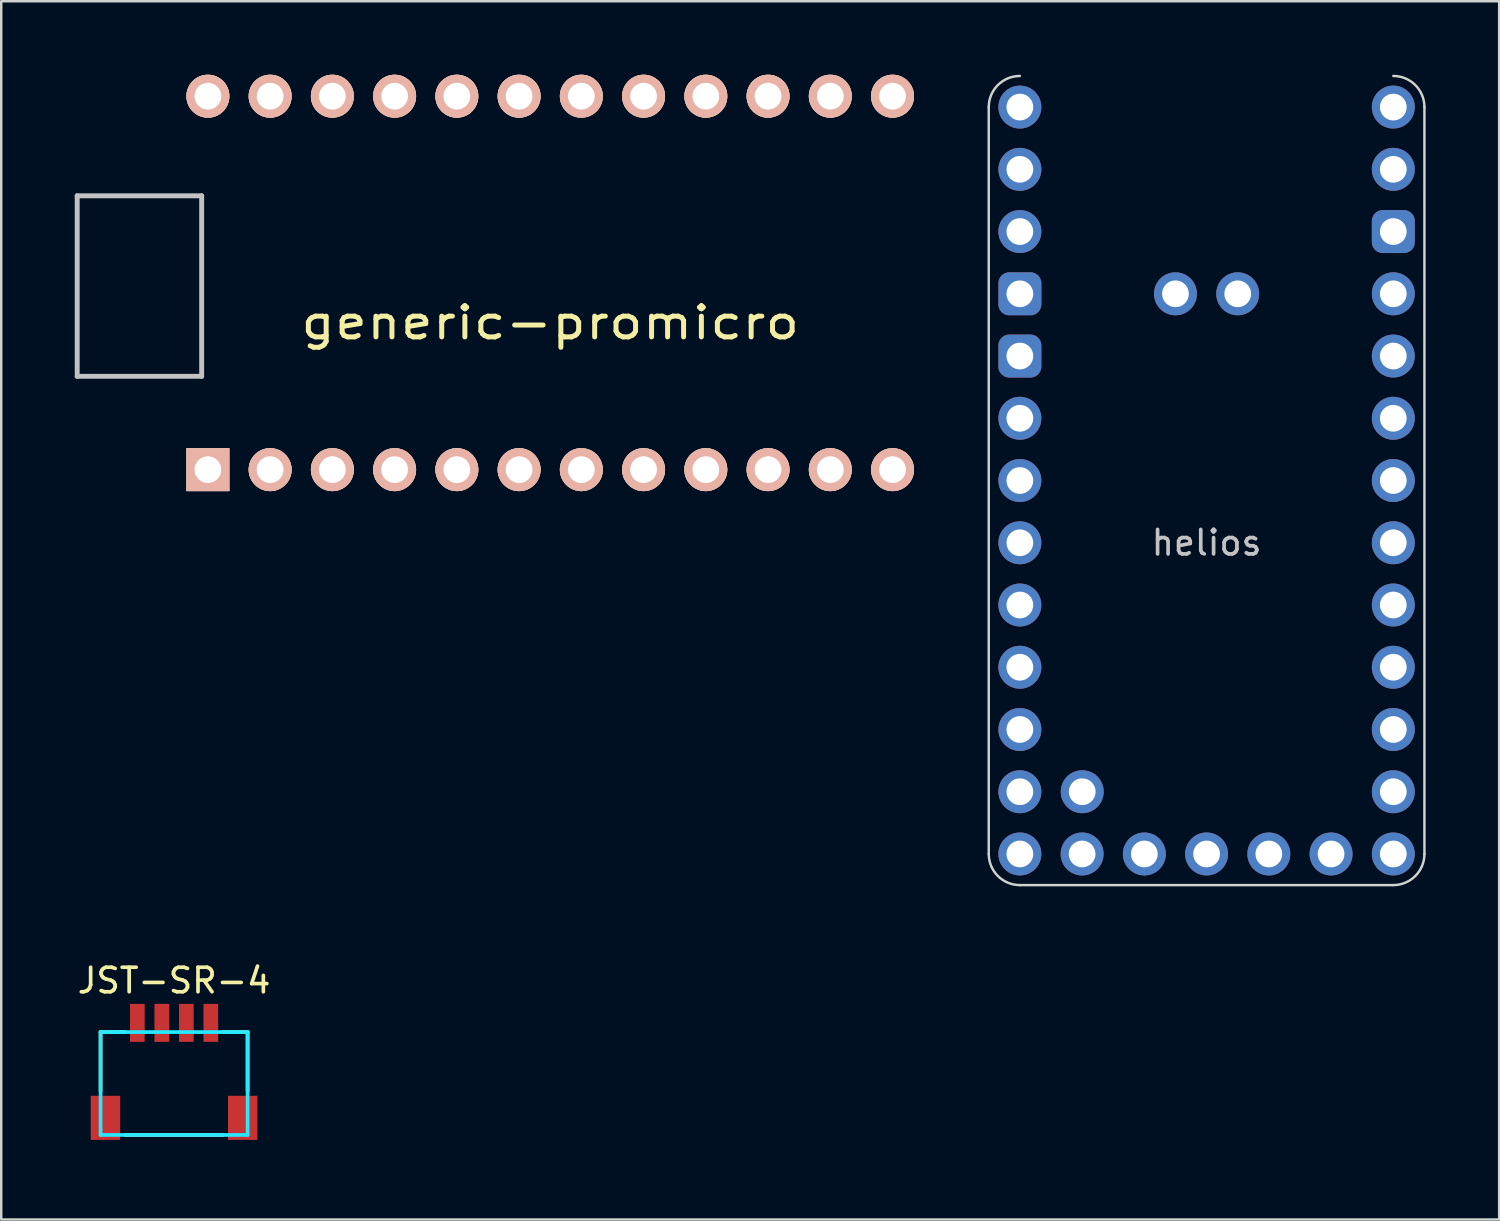
<source format=kicad_pcb>
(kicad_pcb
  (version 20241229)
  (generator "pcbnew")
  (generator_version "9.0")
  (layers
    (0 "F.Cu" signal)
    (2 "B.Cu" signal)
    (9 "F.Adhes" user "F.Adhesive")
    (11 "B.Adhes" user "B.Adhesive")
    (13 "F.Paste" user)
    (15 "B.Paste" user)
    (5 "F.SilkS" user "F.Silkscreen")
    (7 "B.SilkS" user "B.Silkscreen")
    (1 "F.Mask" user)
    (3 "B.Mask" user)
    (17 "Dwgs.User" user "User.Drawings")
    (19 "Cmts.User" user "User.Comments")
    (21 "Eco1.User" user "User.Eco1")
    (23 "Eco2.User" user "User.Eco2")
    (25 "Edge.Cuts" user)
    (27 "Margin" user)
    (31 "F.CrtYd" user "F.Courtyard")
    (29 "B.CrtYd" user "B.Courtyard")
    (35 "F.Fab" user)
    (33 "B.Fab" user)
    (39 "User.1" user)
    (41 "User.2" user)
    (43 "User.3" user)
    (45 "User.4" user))
  (footprint "generic-promicro"
    (layer "F.Cu")
    (at 19.404 8.496)
    (property "Reference" "generic-promicro" (at 0 1.625 180) (layer "F.SilkS") (effects (font (size 1.27 1.524) (thickness 0.203))))
    (attr through_hole)
    (fp_line (start -19.304 -3.556) (end -14.224 -3.556) (stroke (width 0.2) (type solid)) (layer "Dwgs.User"))
    (fp_line (start -19.304 3.81) (end -19.304 -3.556) (stroke (width 0.2) (type solid)) (layer "Dwgs.User"))
    (fp_line (start -14.224 -3.556) (end -14.224 3.81) (stroke (width 0.2) (type solid)) (layer "Dwgs.User"))
    (fp_line (start -14.224 3.81) (end -19.304 3.81) (stroke (width 0.2) (type solid)) (layer "Dwgs.User"))
    (pad "1" thru_hole rect (at -13.97 7.62) (size 1.753 1.753) (drill 1.092) (layers "*.Cu" "*.SilkS" "*.Mask"))
    (pad "2" thru_hole circle (at -11.43 7.62) (size 1.753 1.753) (drill 1.092) (layers "*.Cu" "*.SilkS" "*.Mask"))
    (pad "3" thru_hole circle (at -8.89 7.62) (size 1.753 1.753) (drill 1.092) (layers "*.Cu" "*.SilkS" "*.Mask"))
    (pad "4" thru_hole circle (at -6.35 7.62) (size 1.753 1.753) (drill 1.092) (layers "*.Cu" "*.SilkS" "*.Mask"))
    (pad "5" thru_hole circle (at -3.81 7.62) (size 1.753 1.753) (drill 1.092) (layers "*.Cu" "*.SilkS" "*.Mask"))
    (pad "6" thru_hole circle (at -1.27 7.62) (size 1.753 1.753) (drill 1.092) (layers "*.Cu" "*.SilkS" "*.Mask"))
    (pad "7" thru_hole circle (at 1.27 7.62) (size 1.753 1.753) (drill 1.092) (layers "*.Cu" "*.SilkS" "*.Mask"))
    (pad "8" thru_hole circle (at 3.81 7.62) (size 1.753 1.753) (drill 1.092) (layers "*.Cu" "*.SilkS" "*.Mask"))
    (pad "9" thru_hole circle (at 6.35 7.62) (size 1.753 1.753) (drill 1.092) (layers "*.Cu" "*.SilkS" "*.Mask"))
    (pad "10" thru_hole circle (at 8.89 7.62) (size 1.753 1.753) (drill 1.092) (layers "*.Cu" "*.SilkS" "*.Mask"))
    (pad "11" thru_hole circle (at 11.43 7.62) (size 1.753 1.753) (drill 1.092) (layers "*.Cu" "*.SilkS" "*.Mask"))
    (pad "12" thru_hole circle (at 13.97 7.62) (size 1.753 1.753) (drill 1.092) (layers "*.Cu" "*.SilkS" "*.Mask"))
    (pad "13" thru_hole circle (at 13.97 -7.62) (size 1.753 1.753) (drill 1.092) (layers "*.Cu" "*.SilkS" "*.Mask"))
    (pad "14" thru_hole circle (at 11.43 -7.62) (size 1.753 1.753) (drill 1.092) (layers "*.Cu" "*.SilkS" "*.Mask"))
    (pad "15" thru_hole circle (at 8.89 -7.62) (size 1.753 1.753) (drill 1.092) (layers "*.Cu" "*.SilkS" "*.Mask"))
    (pad "16" thru_hole circle (at 6.35 -7.62) (size 1.753 1.753) (drill 1.092) (layers "*.Cu" "*.SilkS" "*.Mask"))
    (pad "17" thru_hole circle (at 3.81 -7.62) (size 1.753 1.753) (drill 1.092) (layers "*.Cu" "*.SilkS" "*.Mask"))
    (pad "18" thru_hole circle (at 1.27 -7.62) (size 1.753 1.753) (drill 1.092) (layers "*.Cu" "*.SilkS" "*.Mask"))
    (pad "19" thru_hole circle (at -1.27 -7.62) (size 1.753 1.753) (drill 1.092) (layers "*.Cu" "*.SilkS" "*.Mask"))
    (pad "20" thru_hole circle (at -3.81 -7.62) (size 1.753 1.753) (drill 1.092) (layers "*.Cu" "*.SilkS" "*.Mask"))
    (pad "21" thru_hole circle (at -6.35 -7.62) (size 1.753 1.753) (drill 1.092) (layers "*.Cu" "*.SilkS" "*.Mask"))
    (pad "22" thru_hole circle (at -8.89 -7.62) (size 1.753 1.753) (drill 1.092) (layers "*.Cu" "*.SilkS" "*.Mask"))
    (pad "23" thru_hole circle (at -11.43 -7.62) (size 1.753 1.753) (drill 1.092) (layers "*.Cu" "*.SilkS" "*.Mask"))
    (pad "24" thru_hole circle (at -13.97 -7.62) (size 1.753 1.753) (drill 1.092) (layers "*.Cu" "*.SilkS" "*.Mask")))
  (footprint "helios"
    (layer "F.Cu")
    (at 46.19 17.83)
    (property "Reference" "helios" (at 0 1.27 0) (layer "Dwgs.User") (effects (font (size 1 1) (thickness 0.15))))
    (fp_line (start -8.89 -16.51) (end -8.89 13.97) (stroke (width 0.1) (type solid)) (layer "Edge.Cuts"))
    (fp_line (start -7.62 15.24) (end 7.62 15.24) (stroke (width 0.1) (type solid)) (layer "Edge.Cuts"))
    (fp_line (start 8.89 13.97) (end 8.89 -16.51) (stroke (width 0.1) (type solid)) (layer "Edge.Cuts"))
    (fp_arc (start -8.89 -16.51) (mid -8.518026 -17.408026) (end -7.62 -17.78) (stroke (width 0.1) (type solid)) (layer "Edge.Cuts"))
    (fp_arc (start -7.62 15.24) (mid -8.518026 14.868026) (end -8.89 13.97) (stroke (width 0.1) (type solid)) (layer "Edge.Cuts"))
    (fp_arc (start 7.62 -17.78) (mid 8.518026 -17.408026) (end 8.89 -16.51) (stroke (width 0.1) (type solid)) (layer "Edge.Cuts"))
    (fp_arc (start 8.89 13.97) (mid 8.518026 14.868026) (end 7.62 15.24) (stroke (width 0.1) (type solid)) (layer "Edge.Cuts"))
    (pad "1" thru_hole circle (at -7.62 -16.51 270) (size 1.753 1.753) (drill 1.092) (layers "*.Cu" "*.Mask"))
    (pad "2" thru_hole circle (at -7.62 -13.97 270) (size 1.753 1.753) (drill 1.092) (layers "*.Cu" "*.Mask"))
    (pad "3" thru_hole circle (at -7.62 -11.43 270) (size 1.753 1.753) (drill 1.092) (layers "*.Cu" "*.Mask"))
    (pad "4" thru_hole roundrect (at -7.62 -8.89 270) (size 1.753 1.753) (drill 1.092) (layers "*.Cu" "*.Mask") (roundrect_rratio 0.25))
    (pad "5" thru_hole roundrect (at -7.62 -6.35 270) (size 1.753 1.753) (drill 1.092) (layers "*.Cu" "*.Mask") (roundrect_rratio 0.25))
    (pad "6" thru_hole circle (at -7.62 -3.81 270) (size 1.753 1.753) (drill 1.092) (layers "*.Cu" "*.Mask"))
    (pad "7" thru_hole circle (at -7.62 -1.27 270) (size 1.753 1.753) (drill 1.092) (layers "*.Cu" "*.Mask"))
    (pad "8" thru_hole circle (at -7.62 1.27 270) (size 1.753 1.753) (drill 1.092) (layers "*.Cu" "*.Mask"))
    (pad "9" thru_hole circle (at -7.62 3.81 270) (size 1.753 1.753) (drill 1.092) (layers "*.Cu" "*.Mask"))
    (pad "10" thru_hole circle (at -7.62 6.35 270) (size 1.753 1.753) (drill 1.092) (layers "*.Cu" "*.Mask"))
    (pad "11" thru_hole circle (at -7.62 8.89 270) (size 1.753 1.753) (drill 1.092) (layers "*.Cu" "*.Mask"))
    (pad "12" thru_hole circle (at -7.62 11.43 270) (size 1.753 1.753) (drill 1.092) (layers "*.Cu" "*.Mask"))
    (pad "13" thru_hole circle (at -7.62 13.97 270) (size 1.753 1.753) (drill 1.092) (layers "*.Cu" "*.Mask"))
    (pad "14" thru_hole circle (at -5.08 13.97 270) (size 1.753 1.753) (drill 1.092) (layers "*.Cu" "*.Mask"))
    (pad "15" thru_hole circle (at -2.54 13.97 270) (size 1.753 1.753) (drill 1.092) (layers "*.Cu" "*.Mask"))
    (pad "16" thru_hole circle (at 0 13.97 270) (size 1.753 1.753) (drill 1.092) (layers "*.Cu" "*.Mask"))
    (pad "17" thru_hole circle (at 2.54 13.97 270) (size 1.753 1.753) (drill 1.092) (layers "*.Cu" "*.Mask"))
    (pad "18" thru_hole circle (at 5.08 13.97 270) (size 1.753 1.753) (drill 1.092) (layers "*.Cu" "*.Mask"))
    (pad "19" thru_hole circle (at 7.62 13.97 270) (size 1.753 1.753) (drill 1.092) (layers "*.Cu" "*.Mask"))
    (pad "20" thru_hole circle (at 7.62 11.43 270) (size 1.753 1.753) (drill 1.092) (layers "*.Cu" "*.Mask"))
    (pad "21" thru_hole circle (at 7.62 8.89 270) (size 1.753 1.753) (drill 1.092) (layers "*.Cu" "*.Mask"))
    (pad "22" thru_hole circle (at 7.62 6.35 270) (size 1.753 1.753) (drill 1.092) (layers "*.Cu" "*.Mask"))
    (pad "23" thru_hole circle (at 7.62 3.81 270) (size 1.753 1.753) (drill 1.092) (layers "*.Cu" "*.Mask"))
    (pad "24" thru_hole circle (at 7.62 1.27 270) (size 1.753 1.753) (drill 1.092) (layers "*.Cu" "*.Mask"))
    (pad "25" thru_hole circle (at 7.62 -1.27 270) (size 1.753 1.753) (drill 1.092) (layers "*.Cu" "*.Mask"))
    (pad "26" thru_hole circle (at 7.62 -3.81 270) (size 1.753 1.753) (drill 1.092) (layers "*.Cu" "*.Mask"))
    (pad "27" thru_hole circle (at 7.62 -6.35 270) (size 1.753 1.753) (drill 1.092) (layers "*.Cu" "*.Mask"))
    (pad "28" thru_hole circle (at 7.62 -8.89 270) (size 1.753 1.753) (drill 1.092) (layers "*.Cu" "*.Mask"))
    (pad "29" thru_hole roundrect (at 7.62 -11.43 270) (size 1.753 1.753) (drill 1.092) (layers "*.Cu" "*.Mask") (roundrect_rratio 0.25))
    (pad "30" thru_hole circle (at 7.62 -13.97 270) (size 1.753 1.753) (drill 1.092) (layers "*.Cu" "*.Mask"))
    (pad "31" thru_hole circle (at 7.62 -16.51 270) (size 1.753 1.753) (drill 1.092) (layers "*.Cu" "*.Mask"))
    (pad "32" thru_hole circle (at -5.075 11.43 270) (size 1.753 1.753) (drill 1.092) (layers "*.Cu" "*.Mask"))
    (pad "33" thru_hole circle (at 1.27 -8.89 270) (size 1.753 1.753) (drill 1.092) (layers "*.Cu" "*.Mask"))
    (pad "34" thru_hole circle (at -1.27 -8.89 270) (size 1.753 1.753) (drill 1.092) (layers "*.Cu" "*.Mask")))
  (footprint "JST-SR-4"
    (layer "F.Cu")
    (at 4.054 43.468)
    (property "Reference" "JST-SR-4" (at 0 -6.5 0) (layer "F.SilkS") (effects (font (size 1 1) (thickness 0.15))))
    (attr through_hole)
    (fp_line (start -3 -4.4) (end -2 -4.4) (stroke (width 0.15) (type solid)) (layer "F.SilkS"))
    (fp_line (start -3 -2) (end -3 -4.4) (stroke (width 0.15) (type solid)) (layer "F.SilkS"))
    (fp_line (start 2 -4.4) (end 3 -4.4) (stroke (width 0.15) (type solid)) (layer "F.SilkS"))
    (fp_line (start 2 -0.2) (end -2 -0.2) (stroke (width 0.15) (type solid)) (layer "F.SilkS"))
    (fp_line (start 3 -4.4) (end 3 -2) (stroke (width 0.15) (type solid)) (layer "F.SilkS"))
    (fp_line (start -3 -4.4) (end 3 -4.4) (stroke (width 0.15) (type solid)) (layer "B.CrtYd"))
    (fp_line (start -3 -0.2) (end -3 -4.4) (stroke (width 0.15) (type solid)) (layer "B.CrtYd"))
    (fp_line (start 3 -4.4) (end 3 -0.2) (stroke (width 0.15) (type solid)) (layer "B.CrtYd"))
    (fp_line (start 3 -0.2) (end -3 -0.2) (stroke (width 0.15) (type solid)) (layer "B.CrtYd"))
    (pad "" smd rect (at -2.8 -0.9) (size 1.2 1.8) (layers "F.Cu" "F.Mask" "F.Paste"))
    (pad "" smd rect (at 2.8 -0.9) (size 1.2 1.8) (layers "F.Cu" "F.Mask" "F.Paste"))
    (pad "1" smd rect (at -1.5 -4.775) (size 0.6 1.55) (layers "F.Cu" "F.Mask" "F.Paste"))
    (pad "2" smd rect (at -0.5 -4.775) (size 0.6 1.55) (layers "F.Cu" "F.Mask" "F.Paste"))
    (pad "3" smd rect (at 0.5 -4.775) (size 0.6 1.55) (layers "F.Cu" "F.Mask" "F.Paste"))
    (pad "4" smd rect (at 1.5 -4.775) (size 0.6 1.55) (layers "F.Cu" "F.Mask" "F.Paste")))
  (gr_rect
    (start -3 -3)
    (end 58.13 46.718)
    (stroke (width 0.1) (type default))
    (fill no)
    (layer "Edge.Cuts")))
</source>
